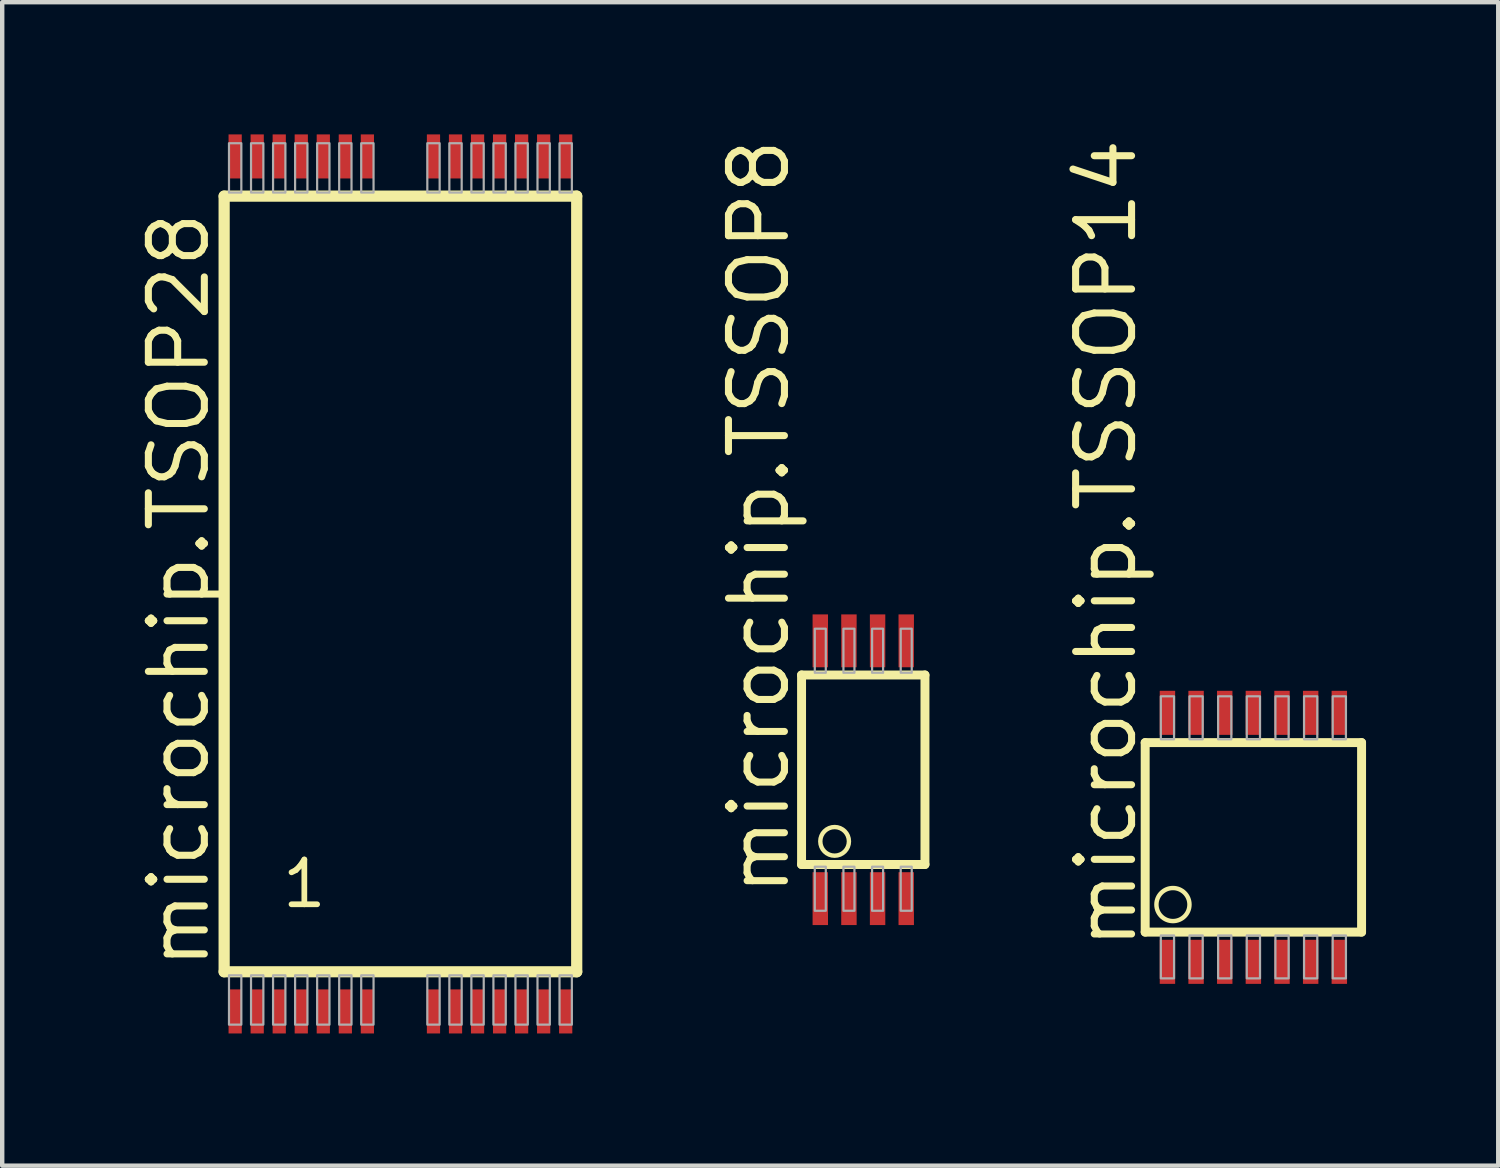
<source format=kicad_pcb>
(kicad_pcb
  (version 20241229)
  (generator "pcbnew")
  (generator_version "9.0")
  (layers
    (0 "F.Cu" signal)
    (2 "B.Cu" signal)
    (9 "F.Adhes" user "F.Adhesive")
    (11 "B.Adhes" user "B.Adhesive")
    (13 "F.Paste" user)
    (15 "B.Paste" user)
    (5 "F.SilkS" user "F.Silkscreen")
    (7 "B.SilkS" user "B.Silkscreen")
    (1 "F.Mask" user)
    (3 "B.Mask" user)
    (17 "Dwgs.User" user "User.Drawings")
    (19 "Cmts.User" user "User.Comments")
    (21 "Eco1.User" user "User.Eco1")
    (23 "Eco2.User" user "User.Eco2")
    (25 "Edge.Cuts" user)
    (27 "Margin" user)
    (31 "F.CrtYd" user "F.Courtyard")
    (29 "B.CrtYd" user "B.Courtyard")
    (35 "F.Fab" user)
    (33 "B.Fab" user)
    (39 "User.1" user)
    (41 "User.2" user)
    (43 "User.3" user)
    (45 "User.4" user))
  (footprint "microchip.TSSOP14"
    (layer "F.Cu")
    (at 25.39 15.95)
    (property "Reference" "microchip.TSSOP14" (at -2.6 2.6 90) (layer "F.SilkS") (effects (font (size 1.27 1.27) (thickness 0.16)) (justify left bottom)))
    (attr smd)
    (fp_line (start -2.455 -2.15) (end 2.455 -2.15) (stroke (width 0.203) (type default)) (layer "F.SilkS"))
    (fp_line (start -2.455 2.15) (end -2.455 -2.15) (stroke (width 0.203) (type default)) (layer "F.SilkS"))
    (fp_line (start 2.455 -2.15) (end 2.455 2.15) (stroke (width 0.203) (type default)) (layer "F.SilkS"))
    (fp_line (start 2.455 2.15) (end -2.455 2.15) (stroke (width 0.203) (type default)) (layer "F.SilkS"))
    (fp_circle (center -1.825 1.525) (end -1.45 1.525) (stroke (width 0.1) (type default)) (fill no) (layer "F.SilkS"))
    (fp_rect (start -2.1 -2.225) (end -1.8 -3.2) (stroke (width 0.05) (type default)) (fill no) (layer "F.Fab"))
    (fp_rect (start -2.1 3.2) (end -1.8 2.225) (stroke (width 0.05) (type default)) (fill no) (layer "F.Fab"))
    (fp_rect (start -1.45 -2.225) (end -1.15 -3.2) (stroke (width 0.05) (type default)) (fill no) (layer "F.Fab"))
    (fp_rect (start -1.45 3.2) (end -1.15 2.225) (stroke (width 0.05) (type default)) (fill no) (layer "F.Fab"))
    (fp_rect (start -0.8 -2.225) (end -0.5 -3.2) (stroke (width 0.05) (type default)) (fill no) (layer "F.Fab"))
    (fp_rect (start -0.8 3.2) (end -0.5 2.225) (stroke (width 0.05) (type default)) (fill no) (layer "F.Fab"))
    (fp_rect (start -0.15 -2.225) (end 0.15 -3.2) (stroke (width 0.05) (type default)) (fill no) (layer "F.Fab"))
    (fp_rect (start -0.15 3.2) (end 0.15 2.225) (stroke (width 0.05) (type default)) (fill no) (layer "F.Fab"))
    (fp_rect (start 0.5 -2.225) (end 0.8 -3.2) (stroke (width 0.05) (type default)) (fill no) (layer "F.Fab"))
    (fp_rect (start 0.5 3.2) (end 0.8 2.225) (stroke (width 0.05) (type default)) (fill no) (layer "F.Fab"))
    (fp_rect (start 1.15 -2.225) (end 1.45 -3.2) (stroke (width 0.05) (type default)) (fill no) (layer "F.Fab"))
    (fp_rect (start 1.15 3.2) (end 1.45 2.225) (stroke (width 0.05) (type default)) (fill no) (layer "F.Fab"))
    (fp_rect (start 1.8 -2.225) (end 2.1 -3.2) (stroke (width 0.05) (type default)) (fill no) (layer "F.Fab"))
    (fp_rect (start 1.8 3.2) (end 2.1 2.225) (stroke (width 0.05) (type default)) (fill no) (layer "F.Fab"))
    (pad "1" smd roundrect (at -1.95 2.825) (size 0.35 1) (layers "F.Cu" "F.Mask" "F.Paste") (roundrect_rratio 0.01))
    (pad "2" smd roundrect (at -1.3 2.825) (size 0.35 1) (layers "F.Cu" "F.Mask" "F.Paste") (roundrect_rratio 0.01))
    (pad "3" smd roundrect (at -0.65 2.825) (size 0.35 1) (layers "F.Cu" "F.Mask" "F.Paste") (roundrect_rratio 0.01))
    (pad "4" smd roundrect (at 0 2.825) (size 0.35 1) (layers "F.Cu" "F.Mask" "F.Paste") (roundrect_rratio 0.01))
    (pad "5" smd roundrect (at 0.65 2.825) (size 0.35 1) (layers "F.Cu" "F.Mask" "F.Paste") (roundrect_rratio 0.01))
    (pad "6" smd roundrect (at 1.3 2.825) (size 0.35 1) (layers "F.Cu" "F.Mask" "F.Paste") (roundrect_rratio 0.01))
    (pad "7" smd roundrect (at 1.95 2.825) (size 0.35 1) (layers "F.Cu" "F.Mask" "F.Paste") (roundrect_rratio 0.01))
    (pad "8" smd roundrect (at 1.95 -2.825 180) (size 0.35 1) (layers "F.Cu" "F.Mask" "F.Paste") (roundrect_rratio 0.01))
    (pad "9" smd roundrect (at 1.3 -2.825 180) (size 0.35 1) (layers "F.Cu" "F.Mask" "F.Paste") (roundrect_rratio 0.01))
    (pad "10" smd roundrect (at 0.65 -2.825 180) (size 0.35 1) (layers "F.Cu" "F.Mask" "F.Paste") (roundrect_rratio 0.01))
    (pad "11" smd roundrect (at 0 -2.825 180) (size 0.35 1) (layers "F.Cu" "F.Mask" "F.Paste") (roundrect_rratio 0.01))
    (pad "12" smd roundrect (at -0.65 -2.825 180) (size 0.35 1) (layers "F.Cu" "F.Mask" "F.Paste") (roundrect_rratio 0.01))
    (pad "13" smd roundrect (at -1.3 -2.825 180) (size 0.35 1) (layers "F.Cu" "F.Mask" "F.Paste") (roundrect_rratio 0.01))
    (pad "14" smd roundrect (at -1.95 -2.825 180) (size 0.35 1) (layers "F.Cu" "F.Mask" "F.Paste") (roundrect_rratio 0.01)))
  (footprint "microchip.TSSOP8"
    (layer "F.Cu")
    (at 16.538 14.416)
    (property "Reference" "microchip.TSSOP8" (at -1.625 2.925 90) (layer "F.SilkS") (effects (font (size 1.27 1.27) (thickness 0.16)) (justify left bottom)))
    (attr smd)
    (fp_line (start -1.4 -2.15) (end -1.4 2.15) (stroke (width 0.203) (type default)) (layer "F.SilkS"))
    (fp_line (start -1.4 2.15) (end 1.4 2.15) (stroke (width 0.203) (type default)) (layer "F.SilkS"))
    (fp_line (start 1.4 -2.15) (end -1.4 -2.15) (stroke (width 0.203) (type default)) (layer "F.SilkS"))
    (fp_line (start 1.4 2.15) (end 1.4 -2.15) (stroke (width 0.203) (type default)) (layer "F.SilkS"))
    (fp_circle (center -0.65 1.625) (end -0.325 1.625) (stroke (width 0.1) (type default)) (fill no) (layer "F.SilkS"))
    (fp_rect (start -1.1 -2.2) (end -0.85 -3.2) (stroke (width 0.05) (type default)) (fill no) (layer "F.Fab"))
    (fp_rect (start -1.1 3.2) (end -0.85 2.2) (stroke (width 0.05) (type default)) (fill no) (layer "F.Fab"))
    (fp_rect (start -0.45 -2.2) (end -0.2 -3.2) (stroke (width 0.05) (type default)) (fill no) (layer "F.Fab"))
    (fp_rect (start -0.45 3.2) (end -0.2 2.2) (stroke (width 0.05) (type default)) (fill no) (layer "F.Fab"))
    (fp_rect (start 0.2 -2.2) (end 0.45 -3.2) (stroke (width 0.05) (type default)) (fill no) (layer "F.Fab"))
    (fp_rect (start 0.2 3.2) (end 0.45 2.2) (stroke (width 0.05) (type default)) (fill no) (layer "F.Fab"))
    (fp_rect (start 0.85 -2.2) (end 1.1 -3.2) (stroke (width 0.05) (type default)) (fill no) (layer "F.Fab"))
    (fp_rect (start 0.85 3.2) (end 1.1 2.2) (stroke (width 0.05) (type default)) (fill no) (layer "F.Fab"))
    (pad "1" smd roundrect (at -0.975 2.925) (size 0.35 1.2) (layers "F.Cu" "F.Mask" "F.Paste") (roundrect_rratio 0.01))
    (pad "2" smd roundrect (at -0.325 2.925) (size 0.35 1.2) (layers "F.Cu" "F.Mask" "F.Paste") (roundrect_rratio 0.01))
    (pad "3" smd roundrect (at 0.325 2.925) (size 0.35 1.2) (layers "F.Cu" "F.Mask" "F.Paste") (roundrect_rratio 0.01))
    (pad "4" smd roundrect (at 0.975 2.925) (size 0.35 1.2) (layers "F.Cu" "F.Mask" "F.Paste") (roundrect_rratio 0.01))
    (pad "5" smd roundrect (at 0.975 -2.925) (size 0.35 1.2) (layers "F.Cu" "F.Mask" "F.Paste") (roundrect_rratio 0.01))
    (pad "6" smd roundrect (at 0.325 -2.925) (size 0.35 1.2) (layers "F.Cu" "F.Mask" "F.Paste") (roundrect_rratio 0.01))
    (pad "7" smd roundrect (at -0.325 -2.925) (size 0.35 1.2) (layers "F.Cu" "F.Mask" "F.Paste") (roundrect_rratio 0.01))
    (pad "8" smd roundrect (at -0.975 -2.925) (size 0.35 1.2) (layers "F.Cu" "F.Mask" "F.Paste") (roundrect_rratio 0.01)))
  (footprint "microchip.TSOP28"
    (layer "F.Cu")
    (at 6.036 10.2)
    (property "Reference" "microchip.TSOP28" (at -4.286 8.802 90) (layer "F.SilkS") (effects (font (size 1.27 1.27) (thickness 0.16)) (justify left bottom)))
    (attr smd)
    (fp_line (start -4 -8.8) (end 4 -8.8) (stroke (width 0.254) (type default)) (layer "F.SilkS"))
    (fp_line (start -4 8.8) (end -4 -8.8) (stroke (width 0.254) (type default)) (layer "F.SilkS"))
    (fp_line (start 4 -8.8) (end 4 8.8) (stroke (width 0.254) (type default)) (layer "F.SilkS"))
    (fp_line (start 4 8.8) (end -4 8.8) (stroke (width 0.254) (type default)) (layer "F.SilkS"))
    (fp_rect (start -3.89 -8.88) (end -3.61 -10) (stroke (width 0.05) (type default)) (fill no) (layer "F.Fab"))
    (fp_rect (start -3.89 10) (end -3.61 8.88) (stroke (width 0.05) (type default)) (fill no) (layer "F.Fab"))
    (fp_rect (start -3.39 -8.88) (end -3.11 -10) (stroke (width 0.05) (type default)) (fill no) (layer "F.Fab"))
    (fp_rect (start -3.39 10) (end -3.11 8.88) (stroke (width 0.05) (type default)) (fill no) (layer "F.Fab"))
    (fp_rect (start -2.89 -8.88) (end -2.61 -10) (stroke (width 0.05) (type default)) (fill no) (layer "F.Fab"))
    (fp_rect (start -2.89 10) (end -2.61 8.88) (stroke (width 0.05) (type default)) (fill no) (layer "F.Fab"))
    (fp_rect (start -2.39 -8.88) (end -2.11 -10) (stroke (width 0.05) (type default)) (fill no) (layer "F.Fab"))
    (fp_rect (start -2.39 10) (end -2.11 8.88) (stroke (width 0.05) (type default)) (fill no) (layer "F.Fab"))
    (fp_rect (start -1.89 -8.88) (end -1.61 -10) (stroke (width 0.05) (type default)) (fill no) (layer "F.Fab"))
    (fp_rect (start -1.89 10) (end -1.61 8.88) (stroke (width 0.05) (type default)) (fill no) (layer "F.Fab"))
    (fp_rect (start -1.39 -8.88) (end -1.11 -10) (stroke (width 0.05) (type default)) (fill no) (layer "F.Fab"))
    (fp_rect (start -1.39 10) (end -1.11 8.88) (stroke (width 0.05) (type default)) (fill no) (layer "F.Fab"))
    (fp_rect (start -0.89 -8.88) (end -0.61 -10) (stroke (width 0.05) (type default)) (fill no) (layer "F.Fab"))
    (fp_rect (start -0.89 10) (end -0.61 8.88) (stroke (width 0.05) (type default)) (fill no) (layer "F.Fab"))
    (fp_rect (start 0.61 -8.88) (end 0.89 -10) (stroke (width 0.05) (type default)) (fill no) (layer "F.Fab"))
    (fp_rect (start 0.61 10) (end 0.89 8.88) (stroke (width 0.05) (type default)) (fill no) (layer "F.Fab"))
    (fp_rect (start 1.11 -8.88) (end 1.39 -10) (stroke (width 0.05) (type default)) (fill no) (layer "F.Fab"))
    (fp_rect (start 1.11 10) (end 1.39 8.88) (stroke (width 0.05) (type default)) (fill no) (layer "F.Fab"))
    (fp_rect (start 1.61 -8.88) (end 1.89 -10) (stroke (width 0.05) (type default)) (fill no) (layer "F.Fab"))
    (fp_rect (start 1.61 10) (end 1.89 8.88) (stroke (width 0.05) (type default)) (fill no) (layer "F.Fab"))
    (fp_rect (start 2.11 -8.88) (end 2.39 -10) (stroke (width 0.05) (type default)) (fill no) (layer "F.Fab"))
    (fp_rect (start 2.11 10) (end 2.39 8.88) (stroke (width 0.05) (type default)) (fill no) (layer "F.Fab"))
    (fp_rect (start 2.61 -8.88) (end 2.89 -10) (stroke (width 0.05) (type default)) (fill no) (layer "F.Fab"))
    (fp_rect (start 2.61 10) (end 2.89 8.88) (stroke (width 0.05) (type default)) (fill no) (layer "F.Fab"))
    (fp_rect (start 3.11 -8.88) (end 3.39 -10) (stroke (width 0.05) (type default)) (fill no) (layer "F.Fab"))
    (fp_rect (start 3.11 10) (end 3.39 8.88) (stroke (width 0.05) (type default)) (fill no) (layer "F.Fab"))
    (fp_rect (start 3.61 -8.88) (end 3.89 -10) (stroke (width 0.05) (type default)) (fill no) (layer "F.Fab"))
    (fp_rect (start 3.61 10) (end 3.89 8.88) (stroke (width 0.05) (type default)) (fill no) (layer "F.Fab"))
    (fp_text user "1" (at -2.75 7.4 180) (layer "F.SilkS") (effects (font (size 1.016 1.016) (thickness 0.13)) (justify left bottom)))
    (pad "1" smd roundrect (at -3.75 9.7) (size 0.3 1) (layers "F.Cu" "F.Mask" "F.Paste") (roundrect_rratio 0.01))
    (pad "2" smd roundrect (at -3.25 9.7) (size 0.3 1) (layers "F.Cu" "F.Mask" "F.Paste") (roundrect_rratio 0.01))
    (pad "3" smd roundrect (at -2.75 9.7) (size 0.3 1) (layers "F.Cu" "F.Mask" "F.Paste") (roundrect_rratio 0.01))
    (pad "4" smd roundrect (at -2.25 9.7) (size 0.3 1) (layers "F.Cu" "F.Mask" "F.Paste") (roundrect_rratio 0.01))
    (pad "5" smd roundrect (at -1.75 9.7) (size 0.3 1) (layers "F.Cu" "F.Mask" "F.Paste") (roundrect_rratio 0.01))
    (pad "6" smd roundrect (at -1.25 9.7) (size 0.3 1) (layers "F.Cu" "F.Mask" "F.Paste") (roundrect_rratio 0.01))
    (pad "7" smd roundrect (at -0.75 9.7) (size 0.3 1) (layers "F.Cu" "F.Mask" "F.Paste") (roundrect_rratio 0.01))
    (pad "8" smd roundrect (at 0.75 9.7) (size 0.3 1) (layers "F.Cu" "F.Mask" "F.Paste") (roundrect_rratio 0.01))
    (pad "9" smd roundrect (at 1.25 9.7) (size 0.3 1) (layers "F.Cu" "F.Mask" "F.Paste") (roundrect_rratio 0.01))
    (pad "10" smd roundrect (at 1.75 9.7) (size 0.3 1) (layers "F.Cu" "F.Mask" "F.Paste") (roundrect_rratio 0.01))
    (pad "11" smd roundrect (at 2.25 9.7) (size 0.3 1) (layers "F.Cu" "F.Mask" "F.Paste") (roundrect_rratio 0.01))
    (pad "12" smd roundrect (at 2.75 9.7) (size 0.3 1) (layers "F.Cu" "F.Mask" "F.Paste") (roundrect_rratio 0.01))
    (pad "13" smd roundrect (at 3.25 9.7) (size 0.3 1) (layers "F.Cu" "F.Mask" "F.Paste") (roundrect_rratio 0.01))
    (pad "14" smd roundrect (at 3.75 9.7) (size 0.3 1) (layers "F.Cu" "F.Mask" "F.Paste") (roundrect_rratio 0.01))
    (pad "15" smd roundrect (at 3.75 -9.7) (size 0.3 1) (layers "F.Cu" "F.Mask" "F.Paste") (roundrect_rratio 0.01))
    (pad "16" smd roundrect (at 3.25 -9.7) (size 0.3 1) (layers "F.Cu" "F.Mask" "F.Paste") (roundrect_rratio 0.01))
    (pad "17" smd roundrect (at 2.75 -9.7) (size 0.3 1) (layers "F.Cu" "F.Mask" "F.Paste") (roundrect_rratio 0.01))
    (pad "18" smd roundrect (at 2.25 -9.7) (size 0.3 1) (layers "F.Cu" "F.Mask" "F.Paste") (roundrect_rratio 0.01))
    (pad "19" smd roundrect (at 1.75 -9.7) (size 0.3 1) (layers "F.Cu" "F.Mask" "F.Paste") (roundrect_rratio 0.01))
    (pad "20" smd roundrect (at 1.25 -9.7) (size 0.3 1) (layers "F.Cu" "F.Mask" "F.Paste") (roundrect_rratio 0.01))
    (pad "21" smd roundrect (at 0.75 -9.7) (size 0.3 1) (layers "F.Cu" "F.Mask" "F.Paste") (roundrect_rratio 0.01))
    (pad "22" smd roundrect (at -0.75 -9.7) (size 0.3 1) (layers "F.Cu" "F.Mask" "F.Paste") (roundrect_rratio 0.01))
    (pad "23" smd roundrect (at -1.25 -9.7) (size 0.3 1) (layers "F.Cu" "F.Mask" "F.Paste") (roundrect_rratio 0.01))
    (pad "24" smd roundrect (at -1.75 -9.7) (size 0.3 1) (layers "F.Cu" "F.Mask" "F.Paste") (roundrect_rratio 0.01))
    (pad "25" smd roundrect (at -2.25 -9.7) (size 0.3 1) (layers "F.Cu" "F.Mask" "F.Paste") (roundrect_rratio 0.01))
    (pad "26" smd roundrect (at -2.75 -9.7) (size 0.3 1) (layers "F.Cu" "F.Mask" "F.Paste") (roundrect_rratio 0.01))
    (pad "27" smd roundrect (at -3.25 -9.7) (size 0.3 1) (layers "F.Cu" "F.Mask" "F.Paste") (roundrect_rratio 0.01))
    (pad "28" smd roundrect (at -3.75 -9.7) (size 0.3 1) (layers "F.Cu" "F.Mask" "F.Paste") (roundrect_rratio 0.01)))
  (gr_rect
    (start -3 -3)
    (end 30.946 23.4)
    (stroke (width 0.1) (type default))
    (fill no)
    (layer "Edge.Cuts")))
</source>
